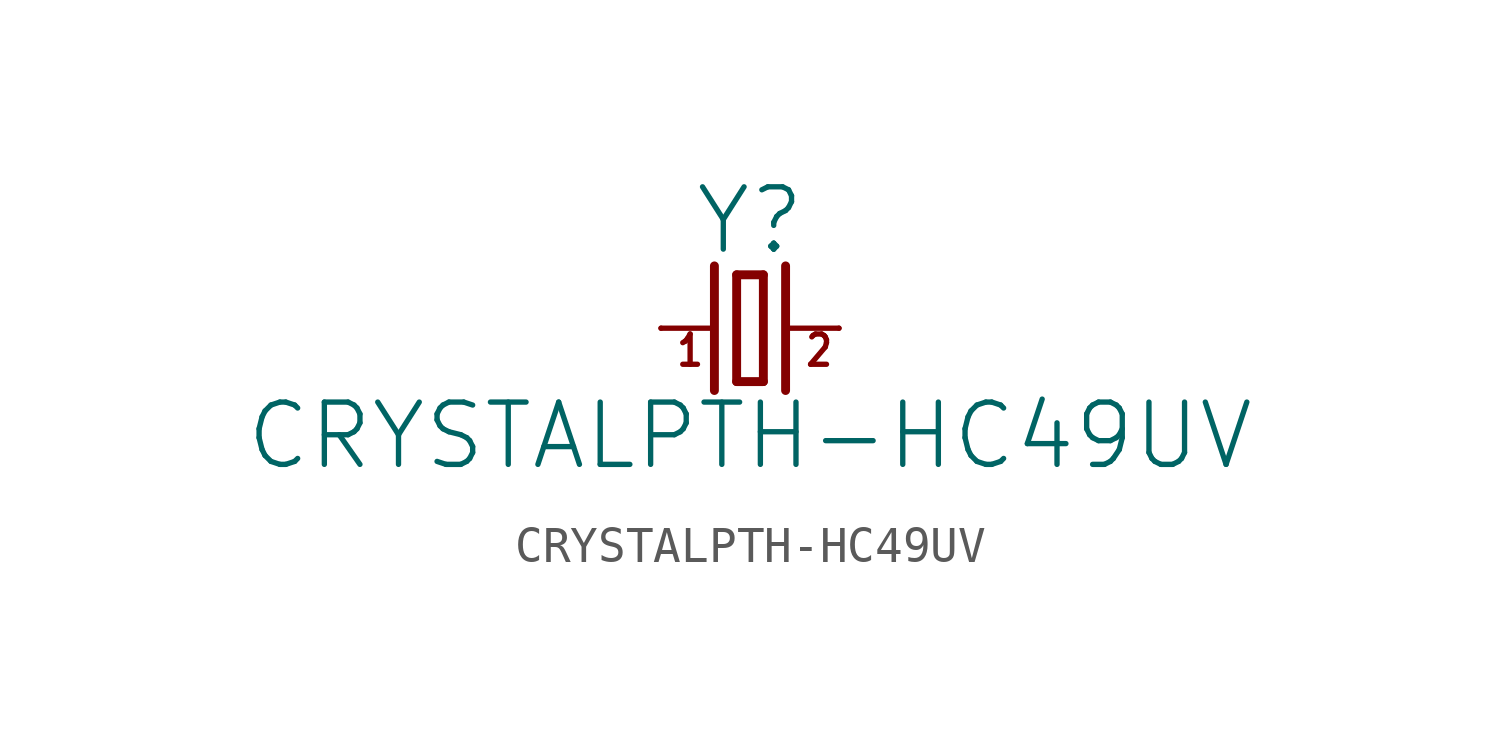
<source format=kicad_sym>
(kicad_symbol_lib
  (version 20211014)
  (generator kicad_symbol_editor)
  (symbol "CRYSTALPTH-HC49UV"
    (property "Reference" "Y"
      (at 0 2.032 0)
      (effects (font (size 1.778 1.778)) (justify bottom)))
    (property "Value" "CRYSTALPTH-HC49UV"
      (at 0 -2.032 0)
      (effects (font (size 1.778 1.778)) (justify top)))
    (property "ki_locked" ""
      (at 0 0 0)
      (effects (font (size 1.27 1.27))))
    (symbol "CRYSTALPTH-HC49UV_1_0"
      (polyline (pts (xy -2.54 0) (xy -1.016 0)) (stroke (width 0.152) (type default) (color 0 0 0 0)) (fill (type none)))
      (polyline (pts (xy -1.016 1.778) (xy -1.016 -1.778)) (stroke (width 0.254) (type default) (color 0 0 0 0)) (fill (type none)))
      (polyline (pts (xy -0.381 -1.524) (xy 0.381 -1.524)) (stroke (width 0.254) (type default) (color 0 0 0 0)) (fill (type none)))
      (polyline (pts (xy -0.381 1.524) (xy -0.381 -1.524)) (stroke (width 0.254) (type default) (color 0 0 0 0)) (fill (type none)))
      (polyline (pts (xy 0.381 -1.524) (xy 0.381 1.524)) (stroke (width 0.254) (type default) (color 0 0 0 0)) (fill (type none)))
      (polyline (pts (xy 0.381 1.524) (xy -0.381 1.524)) (stroke (width 0.254) (type default) (color 0 0 0 0)) (fill (type none)))
      (polyline (pts (xy 1.016 0) (xy 2.54 0)) (stroke (width 0.152) (type default) (color 0 0 0 0)) (fill (type none)))
      (polyline (pts (xy 1.016 1.778) (xy 1.016 -1.778)) (stroke (width 0.254) (type default) (color 0 0 0 0)) (fill (type none)))
      (text "1" (at -2.159 -1.143 0) (effects (font (size 0.864 0.734)) (justify left bottom)))
      (text "2" (at 1.524 -1.143 0) (effects (font (size 0.864 0.734)) (justify left bottom)))
      (pin passive line (at -2.54 0 0) (length 0) (name "1" (effects (font (size 0 0)))) (number "1" (effects (font (size 0 0)))))
      (pin passive line (at 2.54 0 180) (length 0) (name "2" (effects (font (size 0 0)))) (number "2" (effects (font (size 0 0))))))))
</source>
